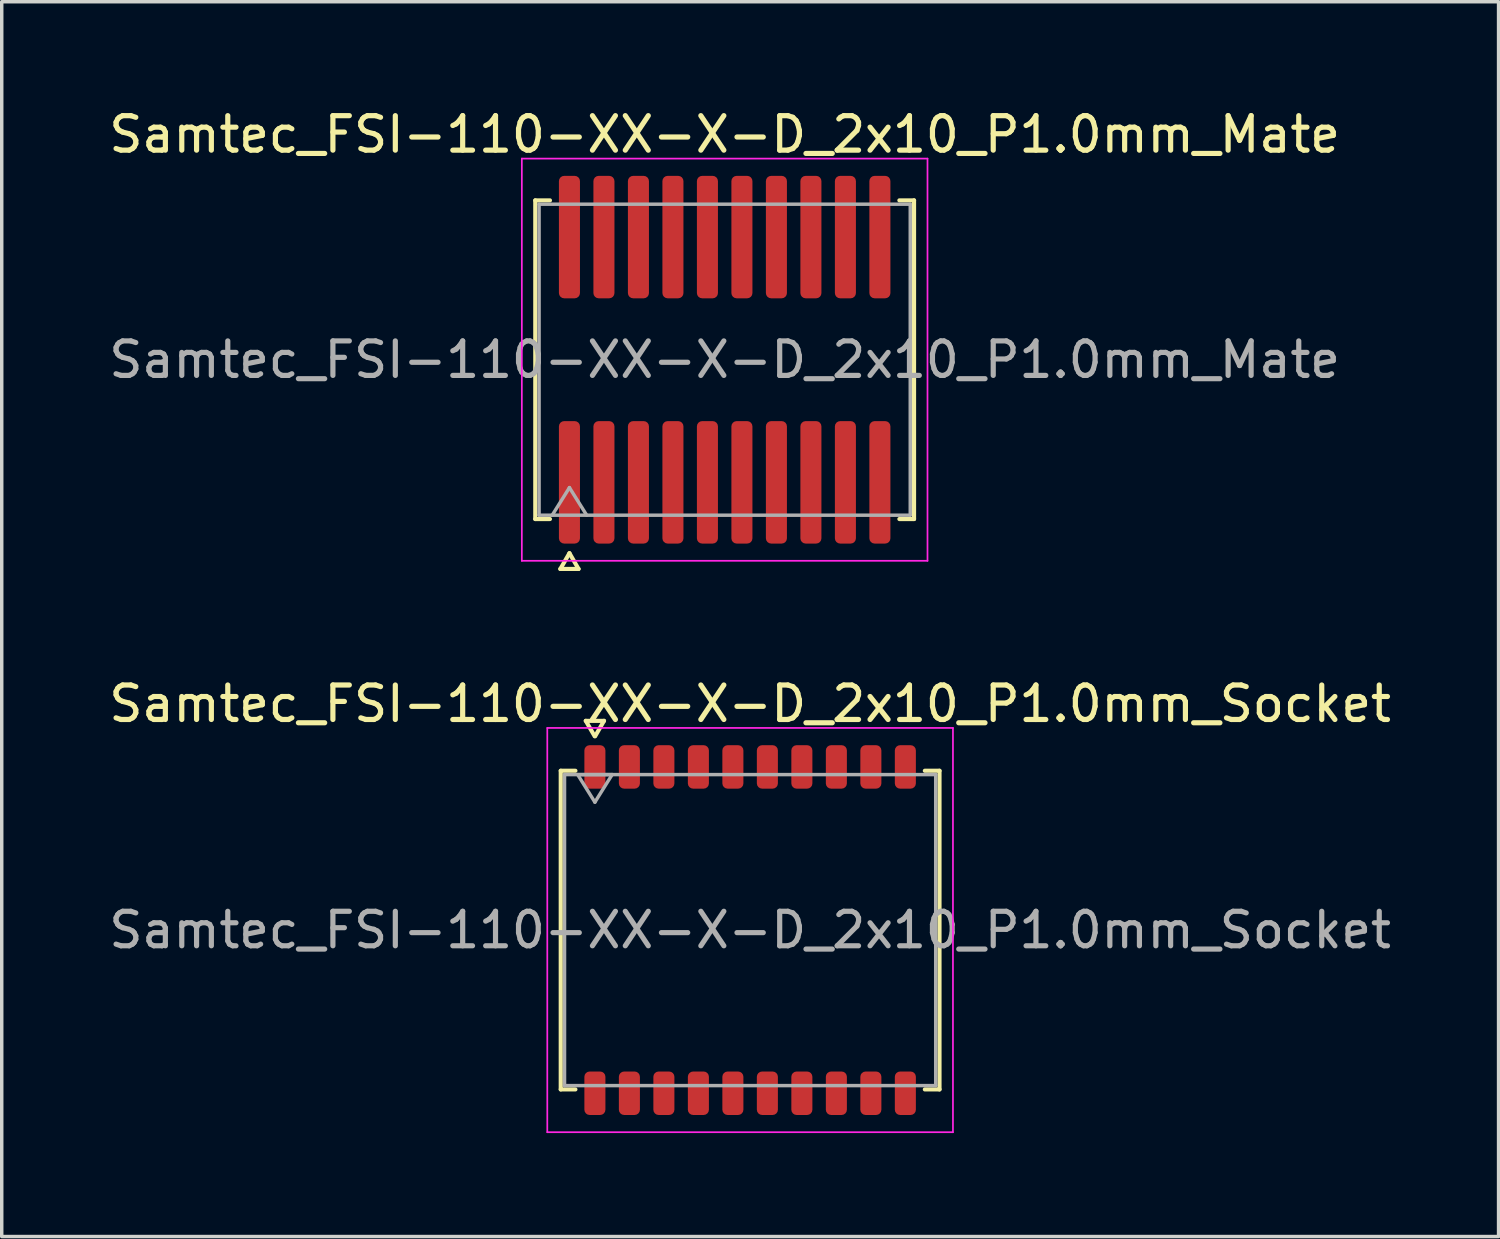
<source format=kicad_pcb>
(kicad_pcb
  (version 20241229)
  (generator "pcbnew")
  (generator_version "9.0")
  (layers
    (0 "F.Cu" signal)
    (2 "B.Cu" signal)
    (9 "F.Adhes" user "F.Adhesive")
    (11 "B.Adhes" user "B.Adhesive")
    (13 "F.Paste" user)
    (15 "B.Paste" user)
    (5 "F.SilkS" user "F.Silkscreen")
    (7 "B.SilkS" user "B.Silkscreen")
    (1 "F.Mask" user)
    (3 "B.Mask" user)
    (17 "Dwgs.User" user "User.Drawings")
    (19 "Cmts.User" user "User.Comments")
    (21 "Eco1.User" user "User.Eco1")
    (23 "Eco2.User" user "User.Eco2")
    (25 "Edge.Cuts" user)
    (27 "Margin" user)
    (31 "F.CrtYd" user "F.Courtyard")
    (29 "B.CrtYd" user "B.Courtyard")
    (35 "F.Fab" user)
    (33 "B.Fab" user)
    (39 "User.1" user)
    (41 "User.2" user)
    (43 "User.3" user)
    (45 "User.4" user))
  (footprint "Samtec_FSI-110-XX-X-D_2x10_P1.0mm_Socket"
    (layer "F.Cu")
    (at 18.696 23.913)
    (property "Reference" "Samtec_FSI-110-XX-X-D_2x10_P1.0mm_Socket" (at 0 -6.56 0) (layer "F.SilkS") (effects (font (size 1 1) (thickness 0.15))))
    (attr smd)
    (fp_line (start -5.49 -4.619) (end -5.065 -4.619) (stroke (width 0.12) (type solid)) (layer "F.SilkS"))
    (fp_line (start -5.49 4.619) (end -5.49 -4.619) (stroke (width 0.12) (type solid)) (layer "F.SilkS"))
    (fp_line (start -5.065 4.619) (end -5.49 4.619) (stroke (width 0.12) (type solid)) (layer "F.SilkS"))
    (fp_line (start -4.764 -6.066) (end -4.507 -5.62) (stroke (width 0.12) (type solid)) (layer "F.SilkS"))
    (fp_line (start -4.493 -5.62) (end -4.236 -6.066) (stroke (width 0.12) (type solid)) (layer "F.SilkS"))
    (fp_line (start -4.236 -6.066) (end -4.764 -6.066) (stroke (width 0.12) (type solid)) (layer "F.SilkS"))
    (fp_line (start 5.065 -4.619) (end 5.49 -4.619) (stroke (width 0.12) (type solid)) (layer "F.SilkS"))
    (fp_line (start 5.49 -4.619) (end 5.49 4.619) (stroke (width 0.12) (type solid)) (layer "F.SilkS"))
    (fp_line (start 5.49 4.619) (end 5.065 4.619) (stroke (width 0.12) (type solid)) (layer "F.SilkS"))
    (fp_line (start -5.88 -5.86) (end -5.88 5.86) (stroke (width 0.05) (type solid)) (layer "F.CrtYd"))
    (fp_line (start -5.88 5.86) (end 5.88 5.86) (stroke (width 0.05) (type solid)) (layer "F.CrtYd"))
    (fp_line (start 5.88 -5.86) (end -5.88 -5.86) (stroke (width 0.05) (type solid)) (layer "F.CrtYd"))
    (fp_line (start 5.88 5.86) (end 5.88 -5.86) (stroke (width 0.05) (type solid)) (layer "F.CrtYd"))
    (fp_line (start -5.38 -4.508) (end 5.38 -4.508) (stroke (width 0.1) (type solid)) (layer "F.Fab"))
    (fp_line (start -5.38 4.508) (end -5.38 -4.508) (stroke (width 0.1) (type solid)) (layer "F.Fab"))
    (fp_line (start -5 -4.508) (end -4.5 -3.708) (stroke (width 0.1) (type solid)) (layer "F.Fab"))
    (fp_line (start -4.5 -3.708) (end -4 -4.508) (stroke (width 0.1) (type solid)) (layer "F.Fab"))
    (fp_line (start -4 -4.508) (end -5 -4.508) (stroke (width 0.1) (type solid)) (layer "F.Fab"))
    (fp_line (start 5.38 -4.508) (end 5.38 4.508) (stroke (width 0.1) (type solid)) (layer "F.Fab"))
    (fp_line (start 5.38 4.508) (end -5.38 4.508) (stroke (width 0.1) (type solid)) (layer "F.Fab"))
    (fp_text user "${REFERENCE}" (at 0 0 0) (layer "F.Fab") (effects (font (size 1 1) (thickness 0.15))))
    (pad "1" smd roundrect (at -4.5 -4.73) (size 0.61 1.26) (layers "F.Cu" "F.Mask" "F.Paste") (roundrect_rratio 0.25))
    (pad "2" smd roundrect (at -4.5 4.73) (size 0.61 1.26) (layers "F.Cu" "F.Mask" "F.Paste") (roundrect_rratio 0.25))
    (pad "3" smd roundrect (at -3.5 -4.73) (size 0.61 1.26) (layers "F.Cu" "F.Mask" "F.Paste") (roundrect_rratio 0.25))
    (pad "4" smd roundrect (at -3.5 4.73) (size 0.61 1.26) (layers "F.Cu" "F.Mask" "F.Paste") (roundrect_rratio 0.25))
    (pad "5" smd roundrect (at -2.5 -4.73) (size 0.61 1.26) (layers "F.Cu" "F.Mask" "F.Paste") (roundrect_rratio 0.25))
    (pad "6" smd roundrect (at -2.5 4.73) (size 0.61 1.26) (layers "F.Cu" "F.Mask" "F.Paste") (roundrect_rratio 0.25))
    (pad "7" smd roundrect (at -1.5 -4.73) (size 0.61 1.26) (layers "F.Cu" "F.Mask" "F.Paste") (roundrect_rratio 0.25))
    (pad "8" smd roundrect (at -1.5 4.73) (size 0.61 1.26) (layers "F.Cu" "F.Mask" "F.Paste") (roundrect_rratio 0.25))
    (pad "9" smd roundrect (at -0.5 -4.73) (size 0.61 1.26) (layers "F.Cu" "F.Mask" "F.Paste") (roundrect_rratio 0.25))
    (pad "10" smd roundrect (at -0.5 4.73) (size 0.61 1.26) (layers "F.Cu" "F.Mask" "F.Paste") (roundrect_rratio 0.25))
    (pad "11" smd roundrect (at 0.5 -4.73) (size 0.61 1.26) (layers "F.Cu" "F.Mask" "F.Paste") (roundrect_rratio 0.25))
    (pad "12" smd roundrect (at 0.5 4.73) (size 0.61 1.26) (layers "F.Cu" "F.Mask" "F.Paste") (roundrect_rratio 0.25))
    (pad "13" smd roundrect (at 1.5 -4.73) (size 0.61 1.26) (layers "F.Cu" "F.Mask" "F.Paste") (roundrect_rratio 0.25))
    (pad "14" smd roundrect (at 1.5 4.73) (size 0.61 1.26) (layers "F.Cu" "F.Mask" "F.Paste") (roundrect_rratio 0.25))
    (pad "15" smd roundrect (at 2.5 -4.73) (size 0.61 1.26) (layers "F.Cu" "F.Mask" "F.Paste") (roundrect_rratio 0.25))
    (pad "16" smd roundrect (at 2.5 4.73) (size 0.61 1.26) (layers "F.Cu" "F.Mask" "F.Paste") (roundrect_rratio 0.25))
    (pad "17" smd roundrect (at 3.5 -4.73) (size 0.61 1.26) (layers "F.Cu" "F.Mask" "F.Paste") (roundrect_rratio 0.25))
    (pad "18" smd roundrect (at 3.5 4.73) (size 0.61 1.26) (layers "F.Cu" "F.Mask" "F.Paste") (roundrect_rratio 0.25))
    (pad "19" smd roundrect (at 4.5 -4.73) (size 0.61 1.26) (layers "F.Cu" "F.Mask" "F.Paste") (roundrect_rratio 0.25))
    (pad "20" smd roundrect (at 4.5 4.73) (size 0.61 1.26) (layers "F.Cu" "F.Mask" "F.Paste") (roundrect_rratio 0.25)))
  (footprint "Samtec_FSI-110-XX-X-D_2x10_P1.0mm_Mate"
    (layer "F.Cu")
    (at 17.958 7.378)
    (property "Reference" "Samtec_FSI-110-XX-X-D_2x10_P1.0mm_Mate" (at 0 -6.53 0) (layer "F.SilkS") (effects (font (size 1 1) (thickness 0.15))))
    (attr smd exclude_from_pos_files exclude_from_bom)
    (fp_line (start -5.49 -4.619) (end -5.065 -4.619) (stroke (width 0.12) (type solid)) (layer "F.SilkS"))
    (fp_line (start -5.49 4.619) (end -5.49 -4.619) (stroke (width 0.12) (type solid)) (layer "F.SilkS"))
    (fp_line (start -5.065 4.619) (end -5.49 4.619) (stroke (width 0.12) (type solid)) (layer "F.SilkS"))
    (fp_line (start -4.764 6.066) (end -4.5 5.609) (stroke (width 0.12) (type solid)) (layer "F.SilkS"))
    (fp_line (start -4.5 5.609) (end -4.236 6.066) (stroke (width 0.12) (type solid)) (layer "F.SilkS"))
    (fp_line (start -4.236 6.066) (end -4.764 6.066) (stroke (width 0.12) (type solid)) (layer "F.SilkS"))
    (fp_line (start 5.065 -4.619) (end 5.49 -4.619) (stroke (width 0.12) (type solid)) (layer "F.SilkS"))
    (fp_line (start 5.49 -4.619) (end 5.49 4.619) (stroke (width 0.12) (type solid)) (layer "F.SilkS"))
    (fp_line (start 5.49 4.619) (end 5.065 4.619) (stroke (width 0.12) (type solid)) (layer "F.SilkS"))
    (fp_line (start -5.88 -5.83) (end -5.88 5.83) (stroke (width 0.05) (type solid)) (layer "F.CrtYd"))
    (fp_line (start -5.88 5.83) (end 5.88 5.83) (stroke (width 0.05) (type solid)) (layer "F.CrtYd"))
    (fp_line (start 5.88 -5.83) (end -5.88 -5.83) (stroke (width 0.05) (type solid)) (layer "F.CrtYd"))
    (fp_line (start 5.88 5.83) (end 5.88 -5.83) (stroke (width 0.05) (type solid)) (layer "F.CrtYd"))
    (fp_line (start -5.38 -4.508) (end 5.38 -4.508) (stroke (width 0.1) (type solid)) (layer "F.Fab"))
    (fp_line (start -5.38 4.508) (end -5.38 -4.508) (stroke (width 0.1) (type solid)) (layer "F.Fab"))
    (fp_line (start -5 4.508) (end -4.5 3.708) (stroke (width 0.1) (type solid)) (layer "F.Fab"))
    (fp_line (start -4.5 3.708) (end -4 4.508) (stroke (width 0.1) (type solid)) (layer "F.Fab"))
    (fp_line (start 5.38 -4.508) (end 5.38 4.508) (stroke (width 0.1) (type solid)) (layer "F.Fab"))
    (fp_line (start 5.38 4.508) (end -5.38 4.508) (stroke (width 0.1) (type solid)) (layer "F.Fab"))
    (fp_text user "${REFERENCE}" (at 0 0 0) (layer "F.Fab") (effects (font (size 1 1) (thickness 0.15))))
    (pad "1" smd roundrect (at -4.5 3.555) (size 0.61 3.55) (layers "F.Cu" "F.Mask") (roundrect_rratio 0.25))
    (pad "2" smd roundrect (at -4.5 -3.555) (size 0.61 3.55) (layers "F.Cu" "F.Mask") (roundrect_rratio 0.25))
    (pad "3" smd roundrect (at -3.5 3.555) (size 0.61 3.55) (layers "F.Cu" "F.Mask") (roundrect_rratio 0.25))
    (pad "4" smd roundrect (at -3.5 -3.555) (size 0.61 3.55) (layers "F.Cu" "F.Mask") (roundrect_rratio 0.25))
    (pad "5" smd roundrect (at -2.5 3.555) (size 0.61 3.55) (layers "F.Cu" "F.Mask") (roundrect_rratio 0.25))
    (pad "6" smd roundrect (at -2.5 -3.555) (size 0.61 3.55) (layers "F.Cu" "F.Mask") (roundrect_rratio 0.25))
    (pad "7" smd roundrect (at -1.5 3.555) (size 0.61 3.55) (layers "F.Cu" "F.Mask") (roundrect_rratio 0.25))
    (pad "8" smd roundrect (at -1.5 -3.555) (size 0.61 3.55) (layers "F.Cu" "F.Mask") (roundrect_rratio 0.25))
    (pad "9" smd roundrect (at -0.5 3.555) (size 0.61 3.55) (layers "F.Cu" "F.Mask") (roundrect_rratio 0.25))
    (pad "10" smd roundrect (at -0.5 -3.555) (size 0.61 3.55) (layers "F.Cu" "F.Mask") (roundrect_rratio 0.25))
    (pad "11" smd roundrect (at 0.5 3.555) (size 0.61 3.55) (layers "F.Cu" "F.Mask") (roundrect_rratio 0.25))
    (pad "12" smd roundrect (at 0.5 -3.555) (size 0.61 3.55) (layers "F.Cu" "F.Mask") (roundrect_rratio 0.25))
    (pad "13" smd roundrect (at 1.5 3.555) (size 0.61 3.55) (layers "F.Cu" "F.Mask") (roundrect_rratio 0.25))
    (pad "14" smd roundrect (at 1.5 -3.555) (size 0.61 3.55) (layers "F.Cu" "F.Mask") (roundrect_rratio 0.25))
    (pad "15" smd roundrect (at 2.5 3.555) (size 0.61 3.55) (layers "F.Cu" "F.Mask") (roundrect_rratio 0.25))
    (pad "16" smd roundrect (at 2.5 -3.555) (size 0.61 3.55) (layers "F.Cu" "F.Mask") (roundrect_rratio 0.25))
    (pad "17" smd roundrect (at 3.5 3.555) (size 0.61 3.55) (layers "F.Cu" "F.Mask") (roundrect_rratio 0.25))
    (pad "18" smd roundrect (at 3.5 -3.555) (size 0.61 3.55) (layers "F.Cu" "F.Mask") (roundrect_rratio 0.25))
    (pad "19" smd roundrect (at 4.5 3.555) (size 0.61 3.55) (layers "F.Cu" "F.Mask") (roundrect_rratio 0.25))
    (pad "20" smd roundrect (at 4.5 -3.555) (size 0.61 3.55) (layers "F.Cu" "F.Mask") (roundrect_rratio 0.25)))
  (gr_rect
    (start -3 -3)
    (end 40.393 32.797)
    (stroke (width 0.1) (type default))
    (fill no)
    (layer "Edge.Cuts")))
</source>
